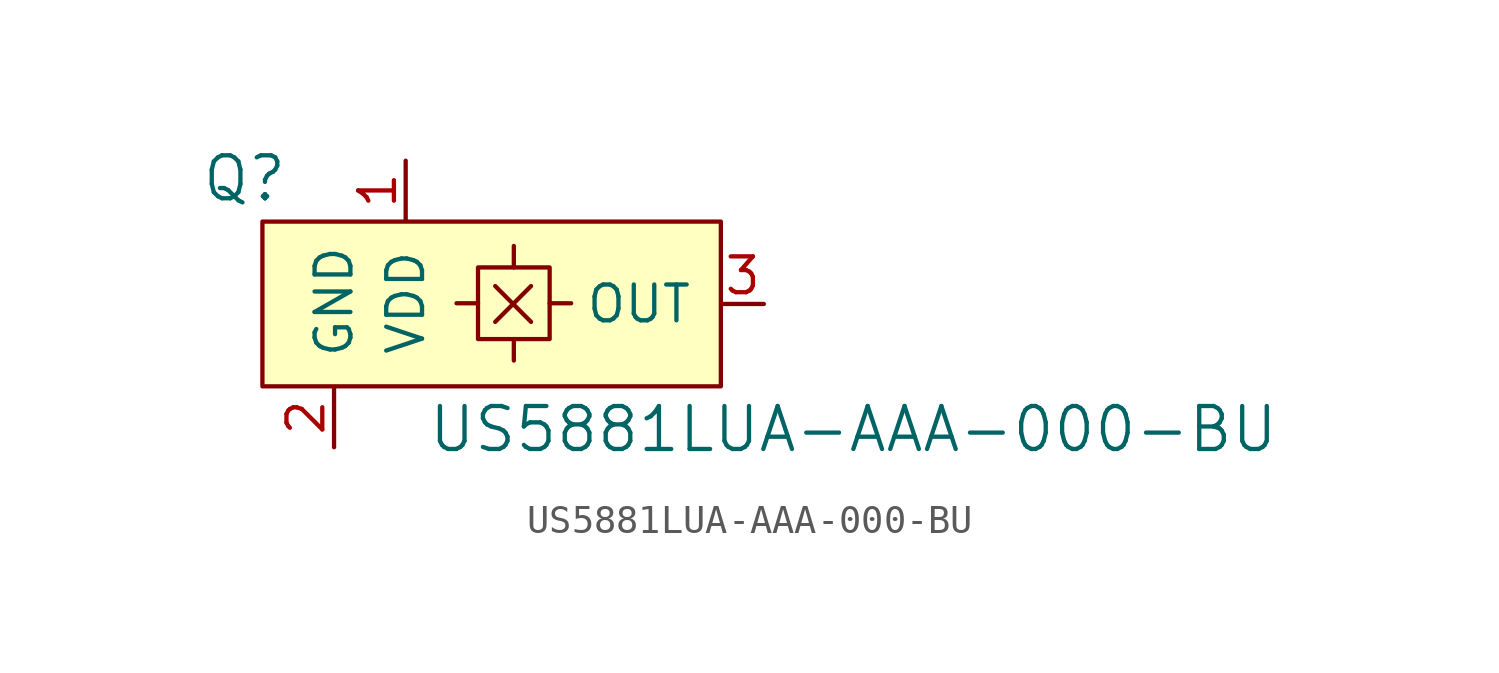
<source format=kicad_sym>
(kicad_symbol_lib
  (version 20220914)
  (generator kicad_symbol_editor)
  (symbol "US5881LUA-AAA-000-BU"
    (pin_names
      (offset 1.016))
    (property "Reference" "Q"
      (at -8.255 4.445 0)
      (effects (font (size 1.524 1.524))))
    (property "Value" "US5881LUA-AAA-000-BU"
      (at 13.335 -4.445 0)
      (effects (font (size 1.524 1.524))))
    (symbol "US5881LUA-AAA-000-BU_0_1"
      (polyline (pts (xy 0.025 0.025) (xy -0.737 0.025)) (stroke (width 0) (type solid)) (fill (type none)))
      (polyline (pts (xy 0.635 -0.635) (xy 1.905 0.635)) (stroke (width 0) (type solid)) (fill (type none)))
      (polyline (pts (xy 0.635 0.635) (xy 1.905 -0.635)) (stroke (width 0) (type solid)) (fill (type none)))
      (polyline (pts (xy 1.295 -1.245) (xy 1.295 -2.007)) (stroke (width 0) (type solid)) (fill (type none)))
      (polyline (pts (xy 1.295 1.295) (xy 1.295 2.057)) (stroke (width 0) (type solid)) (fill (type none)))
      (polyline (pts (xy 2.565 0.025) (xy 3.327 0.025)) (stroke (width 0) (type solid)) (fill (type none)))
      (rectangle (start 0.025 1.295) (end 2.565 -1.245) (stroke (width 0) (type solid)) (fill (type none)))
      (rectangle (start 8.636 2.921) (end -7.62 -2.921) (stroke (width 0) (type solid)) (fill (type background))))
    (symbol "US5881LUA-AAA-000-BU_1_1"
      (pin power_in line (at -2.54 5.08 270) (length 2.108) (name "VDD" (effects (font (size 1.27 1.27)))) (number "1" (effects (font (size 1.27 1.27)))))
      (pin power_in line (at -5.08 -5.08 90) (length 2.108) (name "GND" (effects (font (size 1.27 1.27)))) (number "2" (effects (font (size 1.27 1.27)))))
      (pin output line (at 10.16 0 180) (length 1.499) (name "OUT" (effects (font (size 1.27 1.27)))) (number "3" (effects (font (size 1.27 1.27))))))))
</source>
